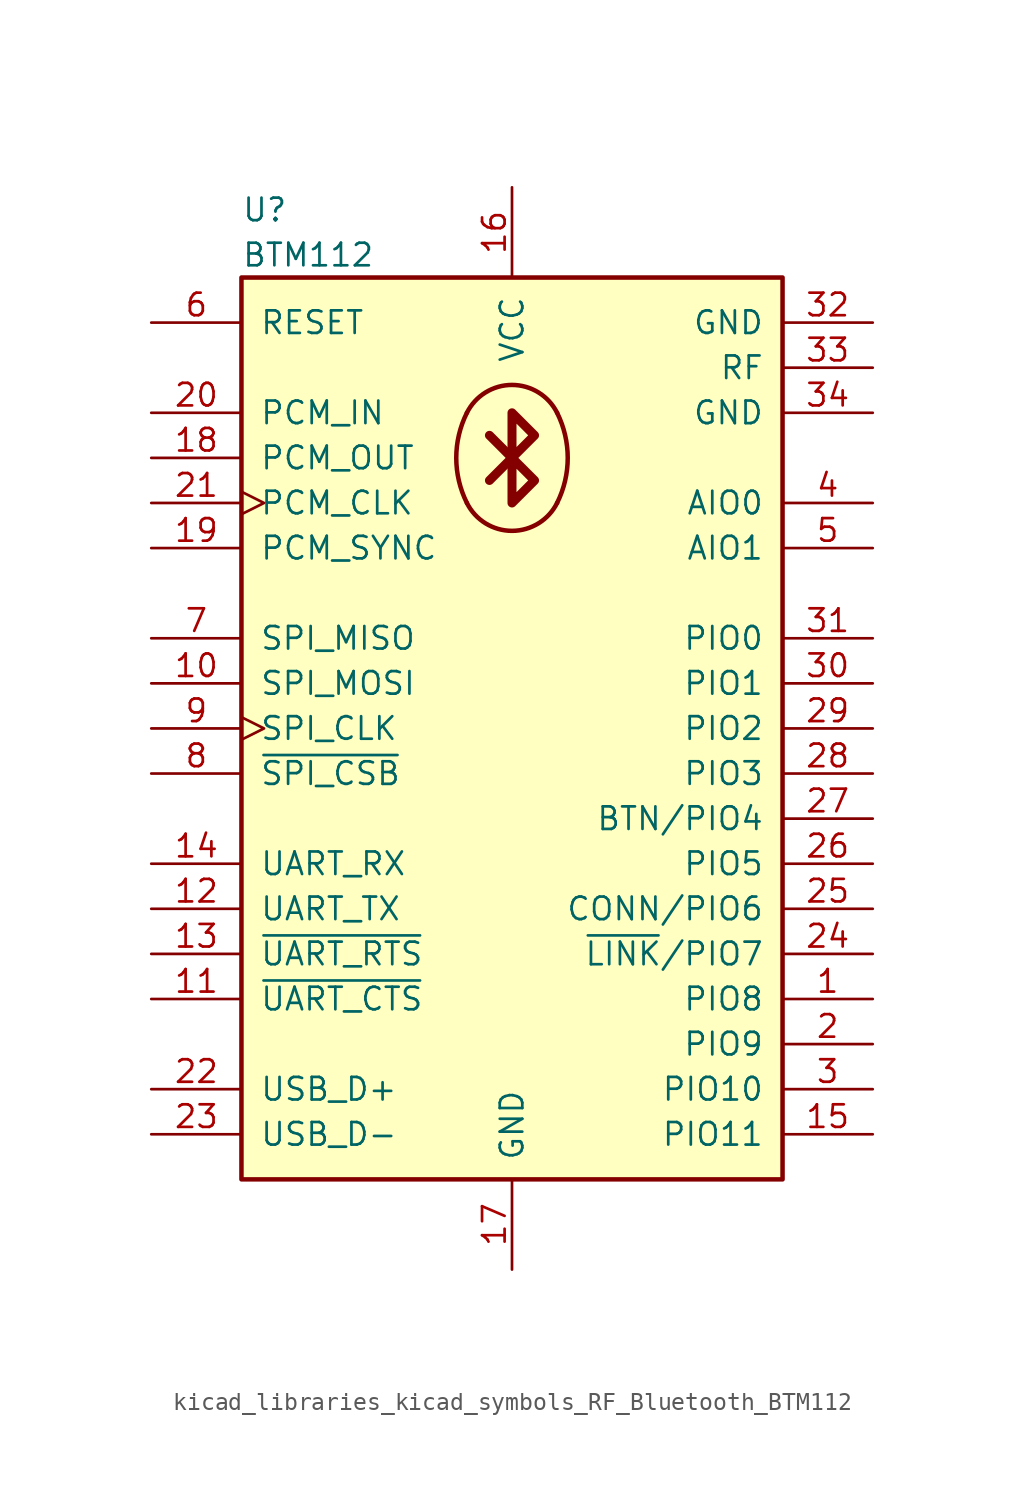
<source format=kicad_sym>
(kicad_symbol_lib
  (version 20220914)
  (generator kicad_symbol_editor)
  (symbol "kicad_libraries_kicad_symbols_RF_Bluetooth_BTM112"
    (pin_names
      (offset 1.016))
    (property "Reference" "U"
      (at -15.24 29.21 0)
      (effects (font (size 1.27 1.27)) (justify left)))
    (property "Value" "BTM112"
      (at -15.24 26.67 0)
      (effects (font (size 1.27 1.27)) (justify left)))
    (symbol "kicad_libraries_kicad_symbols_RF_Bluetooth_BTM112_0_1"
      (rectangle (start -15.24 25.4) (end 15.24 -25.4) (stroke (width 0.254) (type default)) (fill (type background)))
      (arc (start -2.54 12.7) (mid 0 11.1302) (end 2.54 12.7) (stroke (width 0.254) (type default)) (fill (type background)))
      (arc (start -2.54 17.78) (mid -3.1396 15.24) (end -2.54 12.7) (stroke (width 0.254) (type default)) (fill (type background)))
      (polyline (pts (xy 0 15.24) (xy -1.27 13.97)) (stroke (width 0.508) (type default)) (fill (type none)))
      (polyline (pts (xy 0 15.24) (xy -1.27 16.51)) (stroke (width 0.508) (type default)) (fill (type none)))
      (polyline (pts (xy 0 17.78) (xy 1.27 16.51) (xy 0 15.24) (xy 1.27 13.97) (xy 0 12.7) (xy 0 17.78)) (stroke (width 0.508) (type default)) (fill (type none)))
      (arc (start 2.54 12.7) (mid 3.1396 15.24) (end 2.54 17.78) (stroke (width 0.254) (type default)) (fill (type background)))
      (arc (start 2.54 17.78) (mid 0 19.3498) (end -2.54 17.78) (stroke (width 0.254) (type default)) (fill (type background))))
    (symbol "kicad_libraries_kicad_symbols_RF_Bluetooth_BTM112_1_1"
      (pin bidirectional line (at 20.32 -15.24 180) (length 5.08) (name "PIO8" (effects (font (size 1.27 1.27)))) (number "1" (effects (font (size 1.27 1.27)))))
      (pin input line (at -20.32 2.54 0) (length 5.08) (name "SPI_MOSI" (effects (font (size 1.27 1.27)))) (number "10" (effects (font (size 1.27 1.27)))))
      (pin input line (at -20.32 -15.24 0) (length 5.08) (name "~{UART_CTS}" (effects (font (size 1.27 1.27)))) (number "11" (effects (font (size 1.27 1.27)))))
      (pin output line (at -20.32 -10.16 0) (length 5.08) (name "UART_TX" (effects (font (size 1.27 1.27)))) (number "12" (effects (font (size 1.27 1.27)))))
      (pin output line (at -20.32 -12.7 0) (length 5.08) (name "~{UART_RTS}" (effects (font (size 1.27 1.27)))) (number "13" (effects (font (size 1.27 1.27)))))
      (pin input line (at -20.32 -7.62 0) (length 5.08) (name "UART_RX" (effects (font (size 1.27 1.27)))) (number "14" (effects (font (size 1.27 1.27)))))
      (pin bidirectional line (at 20.32 -22.86 180) (length 5.08) (name "PIO11" (effects (font (size 1.27 1.27)))) (number "15" (effects (font (size 1.27 1.27)))))
      (pin power_in line (at 0 30.48 270) (length 5.08) (name "VCC" (effects (font (size 1.27 1.27)))) (number "16" (effects (font (size 1.27 1.27)))))
      (pin power_in line (at 0 -30.48 90) (length 5.08) (name "GND" (effects (font (size 1.27 1.27)))) (number "17" (effects (font (size 1.27 1.27)))))
      (pin output line (at -20.32 15.24 0) (length 5.08) (name "PCM_OUT" (effects (font (size 1.27 1.27)))) (number "18" (effects (font (size 1.27 1.27)))))
      (pin bidirectional line (at -20.32 10.16 0) (length 5.08) (name "PCM_SYNC" (effects (font (size 1.27 1.27)))) (number "19" (effects (font (size 1.27 1.27)))))
      (pin bidirectional line (at 20.32 -17.78 180) (length 5.08) (name "PIO9" (effects (font (size 1.27 1.27)))) (number "2" (effects (font (size 1.27 1.27)))))
      (pin input line (at -20.32 17.78 0) (length 5.08) (name "PCM_IN" (effects (font (size 1.27 1.27)))) (number "20" (effects (font (size 1.27 1.27)))))
      (pin bidirectional clock (at -20.32 12.7 0) (length 5.08) (name "PCM_CLK" (effects (font (size 1.27 1.27)))) (number "21" (effects (font (size 1.27 1.27)))))
      (pin bidirectional line (at -20.32 -20.32 0) (length 5.08) (name "USB_D+" (effects (font (size 1.27 1.27)))) (number "22" (effects (font (size 1.27 1.27)))))
      (pin bidirectional line (at -20.32 -22.86 0) (length 5.08) (name "USB_D-" (effects (font (size 1.27 1.27)))) (number "23" (effects (font (size 1.27 1.27)))))
      (pin bidirectional line (at 20.32 -12.7 180) (length 5.08) (name "~{LINK}/PIO7" (effects (font (size 1.27 1.27)))) (number "24" (effects (font (size 1.27 1.27)))))
      (pin bidirectional line (at 20.32 -10.16 180) (length 5.08) (name "CONN/PIO6" (effects (font (size 1.27 1.27)))) (number "25" (effects (font (size 1.27 1.27)))))
      (pin bidirectional line (at 20.32 -7.62 180) (length 5.08) (name "PIO5" (effects (font (size 1.27 1.27)))) (number "26" (effects (font (size 1.27 1.27)))))
      (pin bidirectional line (at 20.32 -5.08 180) (length 5.08) (name "BTN/PIO4" (effects (font (size 1.27 1.27)))) (number "27" (effects (font (size 1.27 1.27)))))
      (pin bidirectional line (at 20.32 -2.54 180) (length 5.08) (name "PIO3" (effects (font (size 1.27 1.27)))) (number "28" (effects (font (size 1.27 1.27)))))
      (pin bidirectional line (at 20.32 0 180) (length 5.08) (name "PIO2" (effects (font (size 1.27 1.27)))) (number "29" (effects (font (size 1.27 1.27)))))
      (pin bidirectional line (at 20.32 -20.32 180) (length 5.08) (name "PIO10" (effects (font (size 1.27 1.27)))) (number "3" (effects (font (size 1.27 1.27)))))
      (pin bidirectional line (at 20.32 2.54 180) (length 5.08) (name "PIO1" (effects (font (size 1.27 1.27)))) (number "30" (effects (font (size 1.27 1.27)))))
      (pin bidirectional line (at 20.32 5.08 180) (length 5.08) (name "PIO0" (effects (font (size 1.27 1.27)))) (number "31" (effects (font (size 1.27 1.27)))))
      (pin power_in line (at 20.32 22.86 180) (length 5.08) (name "GND" (effects (font (size 1.27 1.27)))) (number "32" (effects (font (size 1.27 1.27)))))
      (pin passive line (at 20.32 20.32 180) (length 5.08) (name "RF" (effects (font (size 1.27 1.27)))) (number "33" (effects (font (size 1.27 1.27)))))
      (pin power_in line (at 20.32 17.78 180) (length 5.08) (name "GND" (effects (font (size 1.27 1.27)))) (number "34" (effects (font (size 1.27 1.27)))))
      (pin passive line (at 20.32 12.7 180) (length 5.08) (name "AIO0" (effects (font (size 1.27 1.27)))) (number "4" (effects (font (size 1.27 1.27)))))
      (pin passive line (at 20.32 10.16 180) (length 5.08) (name "AIO1" (effects (font (size 1.27 1.27)))) (number "5" (effects (font (size 1.27 1.27)))))
      (pin input line (at -20.32 22.86 0) (length 5.08) (name "RESET" (effects (font (size 1.27 1.27)))) (number "6" (effects (font (size 1.27 1.27)))))
      (pin output line (at -20.32 5.08 0) (length 5.08) (name "SPI_MISO" (effects (font (size 1.27 1.27)))) (number "7" (effects (font (size 1.27 1.27)))))
      (pin input line (at -20.32 -2.54 0) (length 5.08) (name "~{SPI_CSB}" (effects (font (size 1.27 1.27)))) (number "8" (effects (font (size 1.27 1.27)))))
      (pin input clock (at -20.32 0 0) (length 5.08) (name "SPI_CLK" (effects (font (size 1.27 1.27)))) (number "9" (effects (font (size 1.27 1.27))))))))
</source>
